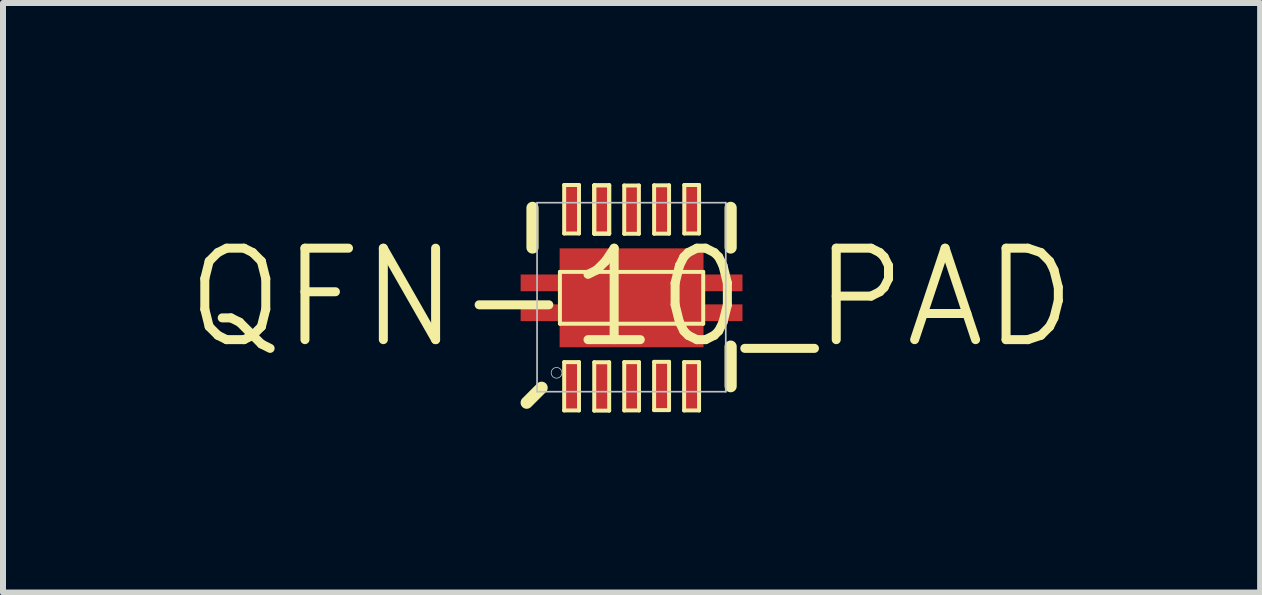
<source format=kicad_pcb>
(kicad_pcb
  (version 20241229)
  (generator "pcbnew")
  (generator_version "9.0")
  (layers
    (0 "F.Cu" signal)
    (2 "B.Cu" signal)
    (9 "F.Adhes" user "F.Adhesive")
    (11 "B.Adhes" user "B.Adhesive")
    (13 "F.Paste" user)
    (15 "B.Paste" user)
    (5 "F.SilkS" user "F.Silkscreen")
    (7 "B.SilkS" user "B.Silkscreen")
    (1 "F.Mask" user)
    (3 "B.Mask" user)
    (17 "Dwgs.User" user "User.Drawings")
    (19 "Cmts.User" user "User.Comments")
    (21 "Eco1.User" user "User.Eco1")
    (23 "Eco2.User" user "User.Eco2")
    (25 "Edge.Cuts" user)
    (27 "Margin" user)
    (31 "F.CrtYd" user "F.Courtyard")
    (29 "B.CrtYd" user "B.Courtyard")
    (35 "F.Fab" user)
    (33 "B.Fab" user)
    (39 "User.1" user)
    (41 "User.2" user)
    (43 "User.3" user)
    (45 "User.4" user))
  (footprint "QFN-10_PAD"
    (layer "F.Cu")
    (at 7.475 1.913)
    (property "Reference" "QFN-10_PAD" (at 0 0 0) (layer "F.SilkS") (effects (font (size 1.524 1.524) (thickness 0.15))))
    (attr smd)
    (fp_line (start -1.748 1.748) (end -1.499 1.499) (stroke (width 0.203) (type solid)) (layer "F.SilkS"))
    (fp_line (start -1.651 -1.499) (end -1.651 -0.838) (stroke (width 0.203) (type solid)) (layer "F.SilkS"))
    (fp_line (start -1.194 -0.432) (end 1.194 -0.432) (stroke (width 0.066) (type solid)) (layer "F.SilkS"))
    (fp_line (start -1.194 0.432) (end -1.194 -0.432) (stroke (width 0.066) (type solid)) (layer "F.SilkS"))
    (fp_line (start -1.194 0.432) (end 1.194 0.432) (stroke (width 0.066) (type solid)) (layer "F.SilkS"))
    (fp_line (start -1.123 -1.88) (end -0.876 -1.88) (stroke (width 0.066) (type solid)) (layer "F.SilkS"))
    (fp_line (start -1.123 -1.072) (end -1.123 -1.88) (stroke (width 0.066) (type solid)) (layer "F.SilkS"))
    (fp_line (start -1.123 -1.072) (end -0.876 -1.072) (stroke (width 0.066) (type solid)) (layer "F.SilkS"))
    (fp_line (start -1.123 1.072) (end -0.876 1.072) (stroke (width 0.066) (type solid)) (layer "F.SilkS"))
    (fp_line (start -1.123 1.877) (end -1.123 1.072) (stroke (width 0.066) (type solid)) (layer "F.SilkS"))
    (fp_line (start -1.123 1.877) (end -0.876 1.877) (stroke (width 0.066) (type solid)) (layer "F.SilkS"))
    (fp_line (start -0.876 -1.072) (end -0.876 -1.88) (stroke (width 0.066) (type solid)) (layer "F.SilkS"))
    (fp_line (start -0.876 1.877) (end -0.876 1.072) (stroke (width 0.066) (type solid)) (layer "F.SilkS"))
    (fp_line (start -0.622 -1.875) (end -0.373 -1.875) (stroke (width 0.066) (type solid)) (layer "F.SilkS"))
    (fp_line (start -0.622 -1.875) (end -0.373 -1.875) (stroke (width 0.066) (type solid)) (layer "F.SilkS"))
    (fp_line (start -0.622 -1.069) (end -0.622 -1.875) (stroke (width 0.066) (type solid)) (layer "F.SilkS"))
    (fp_line (start -0.622 -1.069) (end -0.622 -1.875) (stroke (width 0.066) (type solid)) (layer "F.SilkS"))
    (fp_line (start -0.622 -1.069) (end -0.373 -1.069) (stroke (width 0.066) (type solid)) (layer "F.SilkS"))
    (fp_line (start -0.622 -1.069) (end -0.373 -1.069) (stroke (width 0.066) (type solid)) (layer "F.SilkS"))
    (fp_line (start -0.622 1.074) (end -0.373 1.074) (stroke (width 0.066) (type solid)) (layer "F.SilkS"))
    (fp_line (start -0.622 1.88) (end -0.622 1.074) (stroke (width 0.066) (type solid)) (layer "F.SilkS"))
    (fp_line (start -0.622 1.88) (end -0.373 1.88) (stroke (width 0.066) (type solid)) (layer "F.SilkS"))
    (fp_line (start -0.373 -1.069) (end -0.373 -1.875) (stroke (width 0.066) (type solid)) (layer "F.SilkS"))
    (fp_line (start -0.373 -1.069) (end -0.373 -1.875) (stroke (width 0.066) (type solid)) (layer "F.SilkS"))
    (fp_line (start -0.373 1.88) (end -0.373 1.074) (stroke (width 0.066) (type solid)) (layer "F.SilkS"))
    (fp_line (start -0.122 -1.872) (end 0.122 -1.872) (stroke (width 0.066) (type solid)) (layer "F.SilkS"))
    (fp_line (start -0.122 -1.067) (end -0.122 -1.872) (stroke (width 0.066) (type solid)) (layer "F.SilkS"))
    (fp_line (start -0.122 -1.067) (end 0.122 -1.067) (stroke (width 0.066) (type solid)) (layer "F.SilkS"))
    (fp_line (start -0.122 1.072) (end 0.124 1.072) (stroke (width 0.066) (type solid)) (layer "F.SilkS"))
    (fp_line (start -0.122 1.877) (end -0.122 1.072) (stroke (width 0.066) (type solid)) (layer "F.SilkS"))
    (fp_line (start -0.122 1.877) (end 0.124 1.877) (stroke (width 0.066) (type solid)) (layer "F.SilkS"))
    (fp_line (start 0.122 -1.067) (end 0.122 -1.872) (stroke (width 0.066) (type solid)) (layer "F.SilkS"))
    (fp_line (start 0.124 1.877) (end 0.124 1.072) (stroke (width 0.066) (type solid)) (layer "F.SilkS"))
    (fp_line (start 0.376 -1.875) (end 0.625 -1.875) (stroke (width 0.066) (type solid)) (layer "F.SilkS"))
    (fp_line (start 0.376 -1.069) (end 0.376 -1.875) (stroke (width 0.066) (type solid)) (layer "F.SilkS"))
    (fp_line (start 0.376 -1.069) (end 0.625 -1.069) (stroke (width 0.066) (type solid)) (layer "F.SilkS"))
    (fp_line (start 0.376 1.067) (end 0.625 1.067) (stroke (width 0.066) (type solid)) (layer "F.SilkS"))
    (fp_line (start 0.376 1.872) (end 0.376 1.067) (stroke (width 0.066) (type solid)) (layer "F.SilkS"))
    (fp_line (start 0.376 1.872) (end 0.625 1.872) (stroke (width 0.066) (type solid)) (layer "F.SilkS"))
    (fp_line (start 0.625 -1.069) (end 0.625 -1.875) (stroke (width 0.066) (type solid)) (layer "F.SilkS"))
    (fp_line (start 0.625 1.872) (end 0.625 1.067) (stroke (width 0.066) (type solid)) (layer "F.SilkS"))
    (fp_line (start 0.876 1.072) (end 1.125 1.072) (stroke (width 0.066) (type solid)) (layer "F.SilkS"))
    (fp_line (start 0.876 1.877) (end 0.876 1.072) (stroke (width 0.066) (type solid)) (layer "F.SilkS"))
    (fp_line (start 0.876 1.877) (end 1.125 1.877) (stroke (width 0.066) (type solid)) (layer "F.SilkS"))
    (fp_line (start 0.879 -1.88) (end 1.125 -1.88) (stroke (width 0.066) (type solid)) (layer "F.SilkS"))
    (fp_line (start 0.879 -1.072) (end 0.879 -1.88) (stroke (width 0.066) (type solid)) (layer "F.SilkS"))
    (fp_line (start 0.879 -1.072) (end 1.125 -1.072) (stroke (width 0.066) (type solid)) (layer "F.SilkS"))
    (fp_line (start 1.125 -1.072) (end 1.125 -1.88) (stroke (width 0.066) (type solid)) (layer "F.SilkS"))
    (fp_line (start 1.125 1.877) (end 1.125 1.072) (stroke (width 0.066) (type solid)) (layer "F.SilkS"))
    (fp_line (start 1.194 0.432) (end 1.194 -0.432) (stroke (width 0.066) (type solid)) (layer "F.SilkS"))
    (fp_line (start 1.651 -1.499) (end 1.651 -0.838) (stroke (width 0.203) (type solid)) (layer "F.SilkS"))
    (fp_line (start 1.651 0.813) (end 1.651 1.473) (stroke (width 0.203) (type solid)) (layer "F.SilkS"))
    (fp_line (start -1.575 -1.585) (end 1.57 -1.585) (stroke (width 0.028) (type solid)) (layer "Dwgs.User"))
    (fp_line (start -1.575 1.565) (end -1.575 -1.585) (stroke (width 0.028) (type solid)) (layer "Dwgs.User"))
    (fp_line (start 1.57 -1.585) (end 1.57 1.565) (stroke (width 0.028) (type solid)) (layer "Dwgs.User"))
    (fp_line (start 1.57 1.565) (end -1.575 1.565) (stroke (width 0.028) (type solid)) (layer "Dwgs.User"))
    (fp_circle (center -1.25 1.25) (end -1.313 1.313) (stroke (width 0.013) (type solid)) (fill no) (layer "Dwgs.User"))
    (pad "1" smd rect (at -0.998 1.473 90) (size 0.848 0.295) (layers "F.Cu" "F.Mask" "F.Paste"))
    (pad "2" smd rect (at -0.498 1.473 90) (size 0.848 0.295) (layers "F.Cu" "F.Mask" "F.Paste"))
    (pad "3" smd rect (at 0 1.473 90) (size 0.848 0.295) (layers "F.Cu" "F.Mask" "F.Paste"))
    (pad "4" smd rect (at 0.498 1.473 90) (size 0.848 0.295) (layers "F.Cu" "F.Mask" "F.Paste"))
    (pad "5" smd rect (at 0.998 1.473 90) (size 0.848 0.295) (layers "F.Cu" "F.Mask" "F.Paste"))
    (pad "6" smd rect (at 0.998 -1.473 90) (size 0.848 0.295) (layers "F.Cu" "F.Mask" "F.Paste"))
    (pad "7" smd rect (at 0.498 -1.473 90) (size 0.848 0.295) (layers "F.Cu" "F.Mask" "F.Paste"))
    (pad "8" smd rect (at 0 -1.473 90) (size 0.848 0.295) (layers "F.Cu" "F.Mask" "F.Paste"))
    (pad "9" smd rect (at -0.498 -1.473 90) (size 0.848 0.295) (layers "F.Cu" "F.Mask" "F.Paste"))
    (pad "10" smd rect (at -0.998 -1.473 90) (size 0.848 0.295) (layers "F.Cu" "F.Mask" "F.Paste"))
    (pad "11" smd rect (at -1.499 -0.249 180) (size 0.699 0.279) (layers "F.Cu" "F.Mask" "F.Paste"))
    (pad "12" smd rect (at -1.499 0.249 180) (size 0.699 0.279) (layers "F.Cu" "F.Mask" "F.Paste"))
    (pad "13" smd rect (at 1.499 -0.249 180) (size 0.699 0.279) (layers "F.Cu" "F.Mask" "F.Paste"))
    (pad "14" smd rect (at 1.499 0.249 180) (size 0.699 0.279) (layers "F.Cu" "F.Mask" "F.Paste"))
    (pad "15" smd rect (at 0 0 90) (size 1.648 2.398) (layers "F.Cu" "F.Mask" "F.Paste")))
  (gr_rect
    (start -3 -3)
    (end 17.95 6.825)
    (stroke (width 0.1) (type default))
    (fill no)
    (layer "Edge.Cuts")))
</source>
